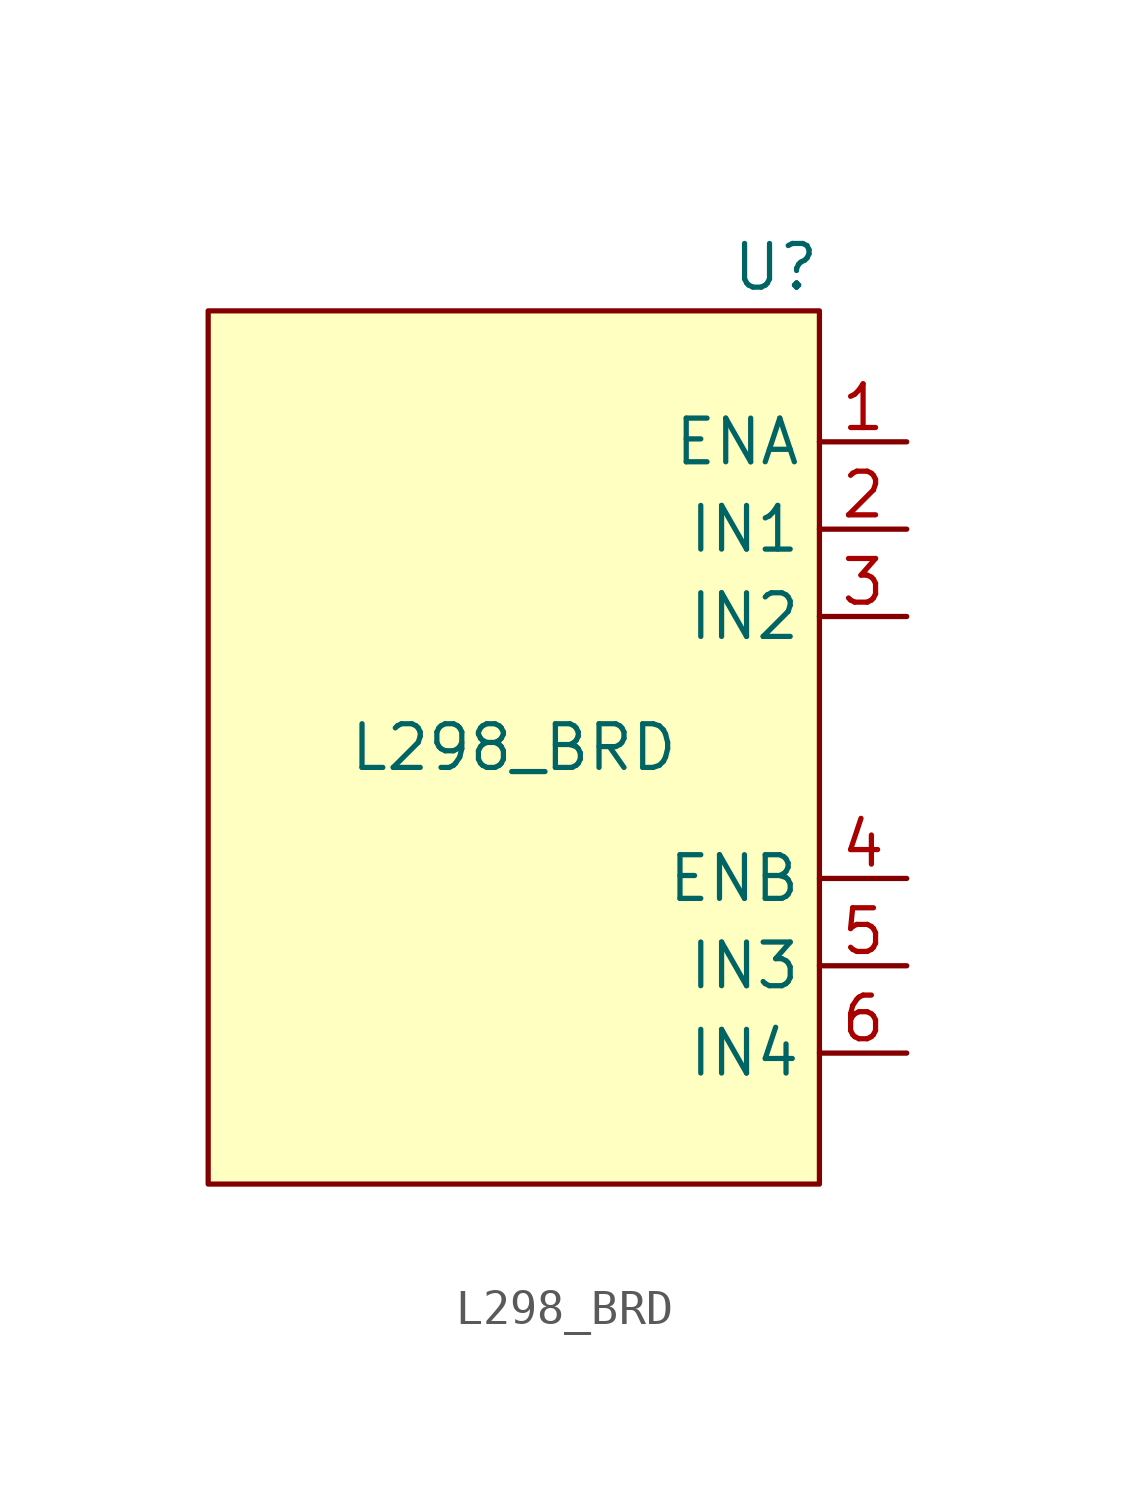
<source format=kicad_sym>
(kicad_symbol_lib
  (version 20211014)
  (generator kicad_symbol_editor)
  (symbol "L298_BRD"
    (property "Reference" "U"
      (at 7.62 13.97 0)
      (effects (font (size 1.27 1.27))))
    (property "Value" "L298_BRD"
      (at 0 0 0)
      (effects (font (size 1.27 1.27))))
    (symbol "L298_BRD_0_1"
      (rectangle (start -8.89 12.7) (end 8.89 -12.7) (stroke (width 0) (type default) (color 0 0 0 0)) (fill (type background))))
    (symbol "L298_BRD_1_1"
      (pin input line (at 11.43 8.89 180) (length 2.54) (name "ENA" (effects (font (size 1.27 1.27)))) (number "1" (effects (font (size 1.27 1.27)))))
      (pin input line (at 11.43 6.35 180) (length 2.54) (name "IN1" (effects (font (size 1.27 1.27)))) (number "2" (effects (font (size 1.27 1.27)))))
      (pin input line (at 11.43 3.81 180) (length 2.54) (name "IN2" (effects (font (size 1.27 1.27)))) (number "3" (effects (font (size 1.27 1.27)))))
      (pin input line (at 11.43 -3.81 180) (length 2.54) (name "ENB" (effects (font (size 1.27 1.27)))) (number "4" (effects (font (size 1.27 1.27)))))
      (pin input line (at 11.43 -6.35 180) (length 2.54) (name "IN3" (effects (font (size 1.27 1.27)))) (number "5" (effects (font (size 1.27 1.27)))))
      (pin input line (at 11.43 -8.89 180) (length 2.54) (name "IN4" (effects (font (size 1.27 1.27)))) (number "6" (effects (font (size 1.27 1.27))))))))
</source>
